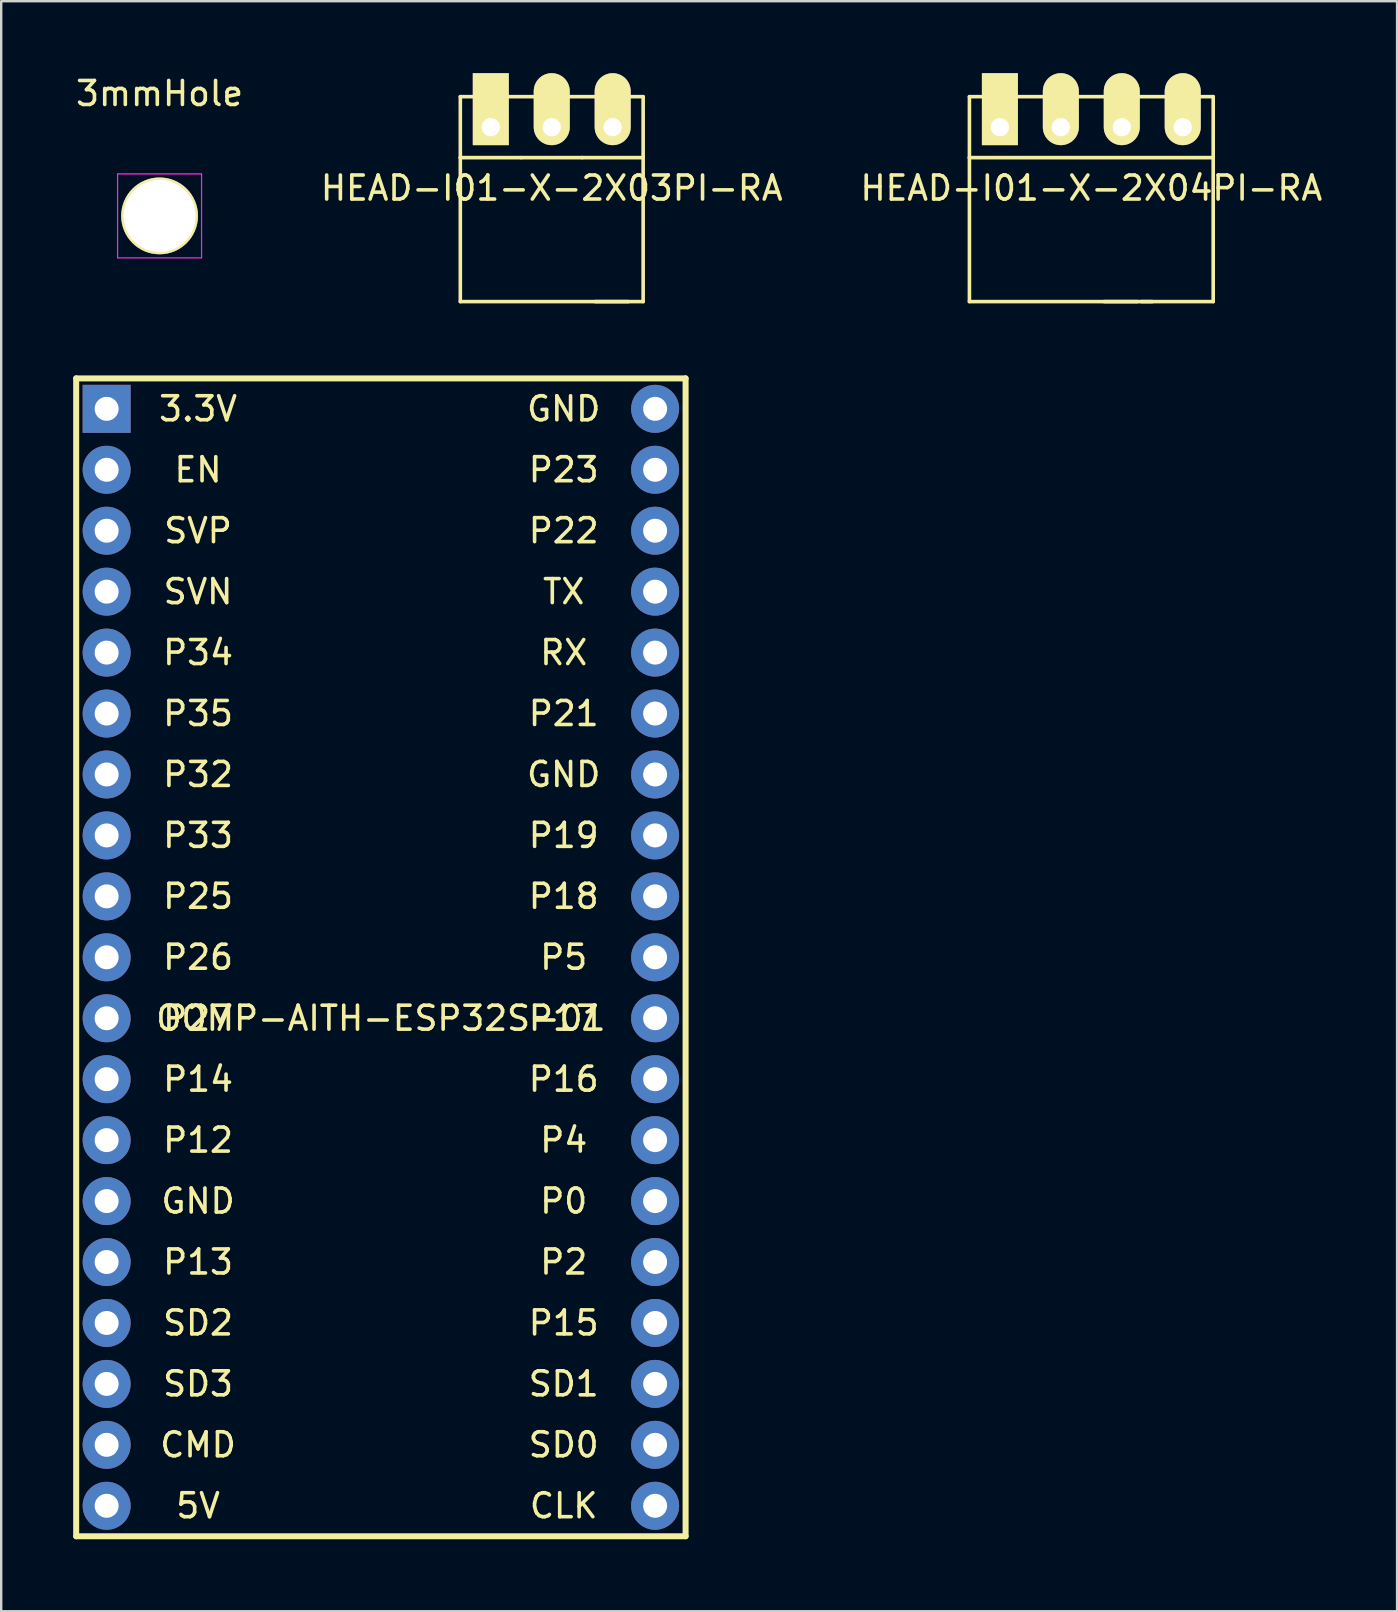
<source format=kicad_pcb>
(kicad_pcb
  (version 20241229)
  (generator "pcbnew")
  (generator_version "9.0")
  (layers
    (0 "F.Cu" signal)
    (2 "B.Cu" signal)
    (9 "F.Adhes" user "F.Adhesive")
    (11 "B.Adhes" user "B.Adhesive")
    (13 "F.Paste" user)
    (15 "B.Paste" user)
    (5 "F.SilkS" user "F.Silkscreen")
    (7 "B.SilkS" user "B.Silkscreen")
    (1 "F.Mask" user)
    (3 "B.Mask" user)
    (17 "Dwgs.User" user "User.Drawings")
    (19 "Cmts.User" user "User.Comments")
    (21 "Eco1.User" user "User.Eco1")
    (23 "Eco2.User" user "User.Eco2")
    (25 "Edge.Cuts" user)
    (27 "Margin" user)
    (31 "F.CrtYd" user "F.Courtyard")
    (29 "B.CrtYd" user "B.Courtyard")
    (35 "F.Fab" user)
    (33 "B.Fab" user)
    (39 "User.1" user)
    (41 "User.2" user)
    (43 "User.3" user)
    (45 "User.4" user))
  (footprint "HEAD-I01-X-2X04PI-RA"
    (layer "F.Cu")
    (at 38.625 2.25)
    (property "Reference" "HEAD-I01-X-2X04PI-RA" (at 3.81 2.54 0) (layer "F.SilkS") (effects (font (size 1 1) (thickness 0.15))))
    (attr through_hole)
    (fp_line (start -1.27 -1.27) (end 8.89 -1.27) (stroke (width 0.15) (type solid)) (layer "F.SilkS"))
    (fp_line (start -1.27 1.27) (end -1.27 -1.27) (stroke (width 0.15) (type solid)) (layer "F.SilkS"))
    (fp_line (start -1.27 1.27) (end -1.27 7.27) (stroke (width 0.15) (type solid)) (layer "F.SilkS"))
    (fp_line (start -1.27 1.27) (end 8.89 1.27) (stroke (width 0.15) (type solid)) (layer "F.SilkS"))
    (fp_line (start -1.27 7.27) (end 5.73 7.27) (stroke (width 0.15) (type solid)) (layer "F.SilkS"))
    (fp_line (start 6.35 7.27) (end 4.35 7.27) (stroke (width 0.15) (type solid)) (layer "F.SilkS"))
    (fp_line (start 8.89 -1.27) (end 8.89 1.27) (stroke (width 0.15) (type solid)) (layer "F.SilkS"))
    (fp_line (start 8.89 1.27) (end 8.89 7.27) (stroke (width 0.15) (type solid)) (layer "F.SilkS"))
    (fp_line (start 8.89 7.27) (end 5.89 7.27) (stroke (width 0.15) (type solid)) (layer "F.SilkS"))
    (pad "1" thru_hole rect (at 0 0) (size 1.5 3) (drill 0.762 (offset 0 -0.75)) (layers "*.Cu" "*.Mask" "F.SilkS"))
    (pad "2" thru_hole oval (at 2.54 0) (size 1.5 3) (drill 0.762 (offset 0 -0.75)) (layers "*.Cu" "*.Mask" "F.SilkS"))
    (pad "3" thru_hole oval (at 5.08 0) (size 1.5 3) (drill 0.762 (offset 0 -0.75)) (layers "*.Cu" "*.Mask" "F.SilkS"))
    (pad "4" thru_hole oval (at 7.62 0) (size 1.5 3) (drill 0.762 (offset 0 -0.75)) (layers "*.Cu" "*.Mask" "F.SilkS")))
  (footprint "OOMP-AITH-ESP32S-01"
    (layer "F.Cu")
    (at 1.395 13.99)
    (property "Reference" "OOMP-AITH-ESP32S-01" (at 11.43 25.4 0) (layer "F.SilkS") (effects (font (size 1 1) (thickness 0.15))))
    (attr through_hole)
    (fp_line (start -1.27 -1.27) (end -1.27 46.99) (stroke (width 0.25) (type solid)) (layer "F.SilkS"))
    (fp_line (start -1.27 -1.27) (end 24.13 -1.27) (stroke (width 0.25) (type solid)) (layer "F.SilkS"))
    (fp_line (start -1.27 46.99) (end 24.13 46.99) (stroke (width 0.25) (type solid)) (layer "F.SilkS"))
    (fp_line (start 24.13 -1.27) (end 24.13 46.99) (stroke (width 0.25) (type solid)) (layer "F.SilkS"))
    (fp_text user "SD2" (at 3.81 38.1 0) (layer "F.SilkS") (effects (font (size 1 1) (thickness 0.15))))
    (fp_text user "P18" (at 19.05 20.32 0) (layer "F.SilkS") (effects (font (size 1 1) (thickness 0.15))))
    (fp_text user "3.3V" (at 3.81 0 0) (layer "F.SilkS") (effects (font (size 1 1) (thickness 0.15))))
    (fp_text user "P4" (at 19.05 30.48 0) (layer "F.SilkS") (effects (font (size 1 1) (thickness 0.15))))
    (fp_text user "P15" (at 19.05 38.1 0) (layer "F.SilkS") (effects (font (size 1 1) (thickness 0.15))))
    (fp_text user "P12" (at 3.81 30.48 0) (layer "F.SilkS") (effects (font (size 1 1) (thickness 0.15))))
    (fp_text user "EN" (at 3.81 2.54 0) (layer "F.SilkS") (effects (font (size 1 1) (thickness 0.15))))
    (fp_text user "SD1" (at 19.05 40.64 0) (layer "F.SilkS") (effects (font (size 1 1) (thickness 0.15))))
    (fp_text user "P27" (at 3.81 25.4 0) (layer "F.SilkS") (effects (font (size 1 1) (thickness 0.15))))
    (fp_text user "RX" (at 19.05 10.16 0) (layer "F.SilkS") (effects (font (size 1 1) (thickness 0.15))))
    (fp_text user "SVN" (at 3.81 7.62 0) (layer "F.SilkS") (effects (font (size 1 1) (thickness 0.15))))
    (fp_text user "5V" (at 3.81 45.72 0) (layer "F.SilkS") (effects (font (size 1 1) (thickness 0.15))))
    (fp_text user "GND" (at 3.81 33.02 0) (layer "F.SilkS") (effects (font (size 1 1) (thickness 0.15))))
    (fp_text user "SVP" (at 3.81 5.08 0) (layer "F.SilkS") (effects (font (size 1 1) (thickness 0.15))))
    (fp_text user "P16" (at 19.05 27.94 0) (layer "F.SilkS") (effects (font (size 1 1) (thickness 0.15))))
    (fp_text user "P19" (at 19.05 17.78 0) (layer "F.SilkS") (effects (font (size 1 1) (thickness 0.15))))
    (fp_text user "P22" (at 19.05 5.08 0) (layer "F.SilkS") (effects (font (size 1 1) (thickness 0.15))))
    (fp_text user "GND" (at 19.05 15.24 0) (layer "F.SilkS") (effects (font (size 1 1) (thickness 0.15))))
    (fp_text user "P14" (at 3.81 27.94 0) (layer "F.SilkS") (effects (font (size 1 1) (thickness 0.15))))
    (fp_text user "GND" (at 19.05 0 0) (layer "F.SilkS") (effects (font (size 1 1) (thickness 0.15))))
    (fp_text user "P34" (at 3.81 10.16 0) (layer "F.SilkS") (effects (font (size 1 1) (thickness 0.15))))
    (fp_text user "P2" (at 19.05 35.56 0) (layer "F.SilkS") (effects (font (size 1 1) (thickness 0.15))))
    (fp_text user "P13" (at 3.81 35.56 0) (layer "F.SilkS") (effects (font (size 1 1) (thickness 0.15))))
    (fp_text user "P17" (at 19.05 25.4 0) (layer "F.SilkS") (effects (font (size 1 1) (thickness 0.15))))
    (fp_text user "P5" (at 19.05 22.86 0) (layer "F.SilkS") (effects (font (size 1 1) (thickness 0.15))))
    (fp_text user "P33" (at 3.81 17.78 0) (layer "F.SilkS") (effects (font (size 1 1) (thickness 0.15))))
    (fp_text user "P0" (at 19.05 33.02 0) (layer "F.SilkS") (effects (font (size 1 1) (thickness 0.15))))
    (fp_text user "P25" (at 3.81 20.32 0) (layer "F.SilkS") (effects (font (size 1 1) (thickness 0.15))))
    (fp_text user "SD3" (at 3.81 40.64 0) (layer "F.SilkS") (effects (font (size 1 1) (thickness 0.15))))
    (fp_text user "P21" (at 19.05 12.7 0) (layer "F.SilkS") (effects (font (size 1 1) (thickness 0.15))))
    (fp_text user "P35" (at 3.81 12.7 0) (layer "F.SilkS") (effects (font (size 1 1) (thickness 0.15))))
    (fp_text user "P26" (at 3.81 22.86 0) (layer "F.SilkS") (effects (font (size 1 1) (thickness 0.15))))
    (fp_text user "CLK" (at 19.05 45.72 0) (layer "F.SilkS") (effects (font (size 1 1) (thickness 0.15))))
    (fp_text user "P32" (at 3.81 15.24 0) (layer "F.SilkS") (effects (font (size 1 1) (thickness 0.15))))
    (fp_text user "TX" (at 19.05 7.62 0) (layer "F.SilkS") (effects (font (size 1 1) (thickness 0.15))))
    (fp_text user "P23" (at 19.05 2.54 0) (layer "F.SilkS") (effects (font (size 1 1) (thickness 0.15))))
    (fp_text user "CMD" (at 3.81 43.18 0) (layer "F.SilkS") (effects (font (size 1 1) (thickness 0.15))))
    (fp_text user "SD0" (at 19.05 43.18 0) (layer "F.SilkS") (effects (font (size 1 1) (thickness 0.15))))
    (pad "1" thru_hole rect (at 0 0) (size 2 2) (drill 1) (layers "*.Cu" "*.Mask"))
    (pad "2" thru_hole oval (at 0 2.54) (size 2 2) (drill 1) (layers "*.Cu" "*.Mask"))
    (pad "3" thru_hole oval (at 0 5.08) (size 2 2) (drill 1) (layers "*.Cu" "*.Mask"))
    (pad "4" thru_hole oval (at 0 7.62) (size 2 2) (drill 1) (layers "*.Cu" "*.Mask"))
    (pad "5" thru_hole oval (at 0 10.16) (size 2 2) (drill 1) (layers "*.Cu" "*.Mask"))
    (pad "6" thru_hole oval (at 0 12.7) (size 2 2) (drill 1) (layers "*.Cu" "*.Mask"))
    (pad "7" thru_hole oval (at 0 15.24) (size 2 2) (drill 1) (layers "*.Cu" "*.Mask"))
    (pad "8" thru_hole oval (at 0 17.78) (size 2 2) (drill 1) (layers "*.Cu" "*.Mask"))
    (pad "9" thru_hole oval (at 0 20.32) (size 2 2) (drill 1) (layers "*.Cu" "*.Mask"))
    (pad "10" thru_hole oval (at 0 22.86) (size 2 2) (drill 1) (layers "*.Cu" "*.Mask"))
    (pad "11" thru_hole oval (at 0 25.4) (size 2 2) (drill 1) (layers "*.Cu" "*.Mask"))
    (pad "12" thru_hole oval (at 0 27.94) (size 2 2) (drill 1) (layers "*.Cu" "*.Mask"))
    (pad "13" thru_hole oval (at 0 30.48) (size 2 2) (drill 1) (layers "*.Cu" "*.Mask"))
    (pad "14" thru_hole oval (at 0 33.02) (size 2 2) (drill 1) (layers "*.Cu" "*.Mask"))
    (pad "15" thru_hole oval (at 0 35.56) (size 2 2) (drill 1) (layers "*.Cu" "*.Mask"))
    (pad "16" thru_hole oval (at 0 38.1) (size 2 2) (drill 1) (layers "*.Cu" "*.Mask"))
    (pad "17" thru_hole oval (at 0 40.64) (size 2 2) (drill 1) (layers "*.Cu" "*.Mask"))
    (pad "18" thru_hole oval (at 0 43.18) (size 2 2) (drill 1) (layers "*.Cu" "*.Mask"))
    (pad "19" thru_hole oval (at 0 45.72) (size 2 2) (drill 1) (layers "*.Cu" "*.Mask"))
    (pad "20" thru_hole oval (at 22.86 45.72) (size 2 2) (drill 1) (layers "*.Cu" "*.Mask"))
    (pad "21" thru_hole oval (at 22.86 43.18) (size 2 2) (drill 1) (layers "*.Cu" "*.Mask"))
    (pad "22" thru_hole oval (at 22.86 40.64) (size 2 2) (drill 1) (layers "*.Cu" "*.Mask"))
    (pad "23" thru_hole oval (at 22.86 38.1) (size 2 2) (drill 1) (layers "*.Cu" "*.Mask"))
    (pad "24" thru_hole oval (at 22.86 35.56) (size 2 2) (drill 1) (layers "*.Cu" "*.Mask"))
    (pad "25" thru_hole oval (at 22.86 33.02) (size 2 2) (drill 1) (layers "*.Cu" "*.Mask"))
    (pad "26" thru_hole oval (at 22.86 30.48) (size 2 2) (drill 1) (layers "*.Cu" "*.Mask"))
    (pad "27" thru_hole oval (at 22.86 27.94) (size 2 2) (drill 1) (layers "*.Cu" "*.Mask"))
    (pad "28" thru_hole oval (at 22.86 25.4) (size 2 2) (drill 1) (layers "*.Cu" "*.Mask"))
    (pad "29" thru_hole oval (at 22.86 22.86) (size 2 2) (drill 1) (layers "*.Cu" "*.Mask"))
    (pad "30" thru_hole oval (at 22.86 20.32) (size 2 2) (drill 1) (layers "*.Cu" "*.Mask"))
    (pad "31" thru_hole oval (at 22.86 17.78) (size 2 2) (drill 1) (layers "*.Cu" "*.Mask"))
    (pad "32" thru_hole oval (at 22.86 15.24) (size 2 2) (drill 1) (layers "*.Cu" "*.Mask"))
    (pad "33" thru_hole oval (at 22.86 12.7) (size 2 2) (drill 1) (layers "*.Cu" "*.Mask"))
    (pad "34" thru_hole oval (at 22.86 10.16) (size 2 2) (drill 1) (layers "*.Cu" "*.Mask"))
    (pad "35" thru_hole oval (at 22.86 7.62) (size 2 2) (drill 1) (layers "*.Cu" "*.Mask"))
    (pad "36" thru_hole oval (at 22.86 5.08) (size 2 2) (drill 1) (layers "*.Cu" "*.Mask"))
    (pad "37" thru_hole oval (at 22.86 2.54) (size 2 2) (drill 1) (layers "*.Cu" "*.Mask"))
    (pad "38" thru_hole oval (at 22.86 0) (size 2 2) (drill 1) (layers "*.Cu" "*.Mask")))
  (footprint "HEAD-I01-X-2X03PI-RA"
    (layer "F.Cu")
    (at 17.406 2.25)
    (property "Reference" "HEAD-I01-X-2X03PI-RA" (at 2.54 2.54 0) (layer "F.SilkS") (effects (font (size 1 1) (thickness 0.15))))
    (attr through_hole)
    (fp_line (start -1.27 -1.27) (end 6.35 -1.27) (stroke (width 0.15) (type solid)) (layer "F.SilkS"))
    (fp_line (start -1.27 1.27) (end -1.27 -1.27) (stroke (width 0.15) (type solid)) (layer "F.SilkS"))
    (fp_line (start -1.27 1.27) (end -1.27 7.27) (stroke (width 0.15) (type solid)) (layer "F.SilkS"))
    (fp_line (start -1.27 7.27) (end 5.73 7.27) (stroke (width 0.15) (type solid)) (layer "F.SilkS"))
    (fp_line (start 1.27 1.27) (end -1.27 1.27) (stroke (width 0.15) (type solid)) (layer "F.SilkS"))
    (fp_line (start 3.81 1.27) (end 1.27 1.27) (stroke (width 0.15) (type solid)) (layer "F.SilkS"))
    (fp_line (start 6.35 -1.27) (end 6.35 1.27) (stroke (width 0.15) (type solid)) (layer "F.SilkS"))
    (fp_line (start 6.35 1.27) (end 3.81 1.27) (stroke (width 0.15) (type solid)) (layer "F.SilkS"))
    (fp_line (start 6.35 1.27) (end 6.35 7.27) (stroke (width 0.15) (type solid)) (layer "F.SilkS"))
    (fp_line (start 6.35 7.27) (end 4.35 7.27) (stroke (width 0.15) (type solid)) (layer "F.SilkS"))
    (pad "1" thru_hole rect (at 0 0) (size 1.5 3) (drill 0.762 (offset 0 -0.75)) (layers "*.Cu" "*.Mask" "F.SilkS"))
    (pad "2" thru_hole oval (at 2.54 0) (size 1.5 3) (drill 0.762 (offset 0 -0.75)) (layers "*.Cu" "*.Mask" "F.SilkS"))
    (pad "3" thru_hole oval (at 5.08 0) (size 1.5 3) (drill 0.762 (offset 0 -0.75)) (layers "*.Cu" "*.Mask" "F.SilkS")))
  (footprint "3mmHole"
    (layer "F.Cu")
    (at 3.601 5.948)
    (property "Reference" "3mmHole" (at 0 -5.1 0) (layer "F.SilkS") (effects (font (size 1 1) (thickness 0.15))))
    (attr through_hole)
    (fp_line (start -1.75 -1.75) (end -1.75 1.75) (stroke (width 0.05) (type solid)) (layer "F.CrtYd"))
    (fp_line (start -1.75 -1.75) (end 1.75 -1.75) (stroke (width 0.05) (type solid)) (layer "F.CrtYd"))
    (fp_line (start -1.75 1.75) (end 1.75 1.75) (stroke (width 0.05) (type solid)) (layer "F.CrtYd"))
    (fp_line (start 1.75 -1.75) (end 1.75 1.75) (stroke (width 0.05) (type solid)) (layer "F.CrtYd"))
    (pad "" thru_hole circle (at 0 0) (size 3.2 3.2) (drill 3) (layers "*.Cu" "*.Mask" "F.SilkS")))
  (gr_rect
    (start -3 -3)
    (end 55.179 64.105)
    (stroke (width 0.1) (type default))
    (fill no)
    (layer "Edge.Cuts")))
</source>
